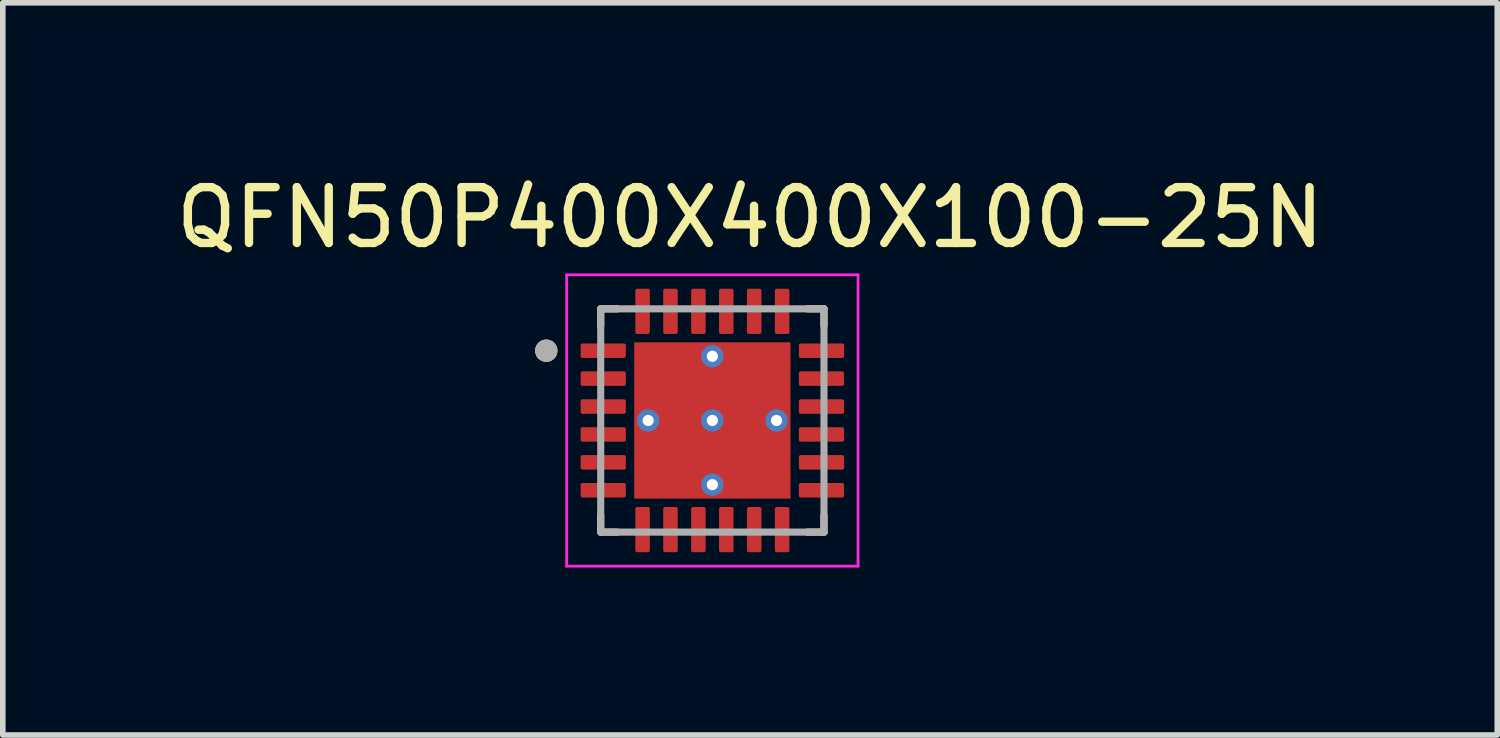
<source format=kicad_pcb>
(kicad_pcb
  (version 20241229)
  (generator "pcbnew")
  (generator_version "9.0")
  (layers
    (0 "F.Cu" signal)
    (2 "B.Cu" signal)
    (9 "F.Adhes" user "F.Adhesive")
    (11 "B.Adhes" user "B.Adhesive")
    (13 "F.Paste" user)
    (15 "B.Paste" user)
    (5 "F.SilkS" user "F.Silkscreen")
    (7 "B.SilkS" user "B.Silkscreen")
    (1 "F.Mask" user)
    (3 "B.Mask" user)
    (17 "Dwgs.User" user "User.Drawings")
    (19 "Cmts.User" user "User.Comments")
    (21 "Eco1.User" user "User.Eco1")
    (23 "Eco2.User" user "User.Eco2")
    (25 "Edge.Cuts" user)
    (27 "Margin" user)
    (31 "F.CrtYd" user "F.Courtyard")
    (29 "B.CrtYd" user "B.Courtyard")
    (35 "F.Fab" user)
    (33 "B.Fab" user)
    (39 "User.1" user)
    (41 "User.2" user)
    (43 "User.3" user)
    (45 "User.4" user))
  (footprint "QFN50P400X400X100-25N"
    (layer "F.Cu")
    (at 9.712 4.483)
    (property "Reference" "QFN50P400X400X100-25N" (at 0.675 -3.635 0) (layer "F.SilkS") (effects (font (size 1 1) (thickness 0.15))))
    (attr smd)
    (fp_line (start -2 -2) (end -2 -1.7) (stroke (width 0.127) (type solid)) (layer "F.SilkS"))
    (fp_line (start -2 -2) (end -1.7 -2) (stroke (width 0.127) (type solid)) (layer "F.SilkS"))
    (fp_line (start -2 2) (end -2 1.7) (stroke (width 0.127) (type solid)) (layer "F.SilkS"))
    (fp_line (start -2 2) (end -1.7 2) (stroke (width 0.127) (type solid)) (layer "F.SilkS"))
    (fp_line (start 2 -2) (end 1.7 -2) (stroke (width 0.127) (type solid)) (layer "F.SilkS"))
    (fp_line (start 2 -2) (end 2 -1.7) (stroke (width 0.127) (type solid)) (layer "F.SilkS"))
    (fp_line (start 2 2) (end 1.7 2) (stroke (width 0.127) (type solid)) (layer "F.SilkS"))
    (fp_line (start 2 2) (end 2 1.7) (stroke (width 0.127) (type solid)) (layer "F.SilkS"))
    (fp_circle (center -2.975 -1.25) (end -2.875 -1.25) (stroke (width 0.2) (type solid)) (fill no) (layer "F.SilkS"))
    (fp_poly (pts (xy -1.33 -1.33) (xy -0.1 -1.33) (xy -0.1 -0.1) (xy -1.33 -0.1)) (stroke (width 0.01) (type solid)) (fill yes) (layer "F.Paste"))
    (fp_poly (pts (xy -1.33 0.1) (xy -0.1 0.1) (xy -0.1 1.33) (xy -1.33 1.33)) (stroke (width 0.01) (type solid)) (fill yes) (layer "F.Paste"))
    (fp_poly (pts (xy 0.1 -1.33) (xy 1.33 -1.33) (xy 1.33 -0.1) (xy 0.1 -0.1)) (stroke (width 0.01) (type solid)) (fill yes) (layer "F.Paste"))
    (fp_poly (pts (xy 0.1 0.1) (xy 1.33 0.1) (xy 1.33 1.33) (xy 0.1 1.33)) (stroke (width 0.01) (type solid)) (fill yes) (layer "F.Paste"))
    (fp_line (start -2.61 -2.61) (end 2.61 -2.61) (stroke (width 0.05) (type solid)) (layer "F.CrtYd"))
    (fp_line (start -2.61 2.61) (end -2.61 -2.61) (stroke (width 0.05) (type solid)) (layer "F.CrtYd"))
    (fp_line (start -2.61 2.61) (end 2.61 2.61) (stroke (width 0.05) (type solid)) (layer "F.CrtYd"))
    (fp_line (start 2.61 2.61) (end 2.61 -2.61) (stroke (width 0.05) (type solid)) (layer "F.CrtYd"))
    (fp_line (start -2 2) (end -2 -2) (stroke (width 0.127) (type solid)) (layer "F.Fab"))
    (fp_line (start 2 -2) (end -2 -2) (stroke (width 0.127) (type solid)) (layer "F.Fab"))
    (fp_line (start 2 2) (end -2 2) (stroke (width 0.127) (type solid)) (layer "F.Fab"))
    (fp_line (start 2 2) (end 2 -2) (stroke (width 0.127) (type solid)) (layer "F.Fab"))
    (fp_circle (center -2.975 -1.25) (end -2.875 -1.25) (stroke (width 0.2) (type solid)) (fill no) (layer "F.Fab"))
    (pad "1" smd roundrect (at -1.955 -1.25) (size 0.81 0.26) (layers "F.Cu" "F.Mask" "F.Paste") (roundrect_rratio 0.125))
    (pad "2" smd roundrect (at -1.955 -0.75) (size 0.81 0.26) (layers "F.Cu" "F.Mask" "F.Paste") (roundrect_rratio 0.125))
    (pad "3" smd roundrect (at -1.955 -0.25) (size 0.81 0.26) (layers "F.Cu" "F.Mask" "F.Paste") (roundrect_rratio 0.125))
    (pad "4" smd roundrect (at -1.955 0.25) (size 0.81 0.26) (layers "F.Cu" "F.Mask" "F.Paste") (roundrect_rratio 0.125))
    (pad "5" smd roundrect (at -1.955 0.75) (size 0.81 0.26) (layers "F.Cu" "F.Mask" "F.Paste") (roundrect_rratio 0.125))
    (pad "6" smd roundrect (at -1.955 1.25) (size 0.81 0.26) (layers "F.Cu" "F.Mask" "F.Paste") (roundrect_rratio 0.125))
    (pad "7" smd roundrect (at -1.25 1.955) (size 0.26 0.81) (layers "F.Cu" "F.Mask" "F.Paste") (roundrect_rratio 0.125))
    (pad "8" smd roundrect (at -0.75 1.955) (size 0.26 0.81) (layers "F.Cu" "F.Mask" "F.Paste") (roundrect_rratio 0.125))
    (pad "9" smd roundrect (at -0.25 1.955) (size 0.26 0.81) (layers "F.Cu" "F.Mask" "F.Paste") (roundrect_rratio 0.125))
    (pad "10" smd roundrect (at 0.25 1.955) (size 0.26 0.81) (layers "F.Cu" "F.Mask" "F.Paste") (roundrect_rratio 0.125))
    (pad "11" smd roundrect (at 0.75 1.955) (size 0.26 0.81) (layers "F.Cu" "F.Mask" "F.Paste") (roundrect_rratio 0.125))
    (pad "12" smd roundrect (at 1.25 1.955) (size 0.26 0.81) (layers "F.Cu" "F.Mask" "F.Paste") (roundrect_rratio 0.125))
    (pad "13" smd roundrect (at 1.955 1.25) (size 0.81 0.26) (layers "F.Cu" "F.Mask" "F.Paste") (roundrect_rratio 0.125))
    (pad "14" smd roundrect (at 1.955 0.75) (size 0.81 0.26) (layers "F.Cu" "F.Mask" "F.Paste") (roundrect_rratio 0.125))
    (pad "15" smd roundrect (at 1.955 0.25) (size 0.81 0.26) (layers "F.Cu" "F.Mask" "F.Paste") (roundrect_rratio 0.125))
    (pad "16" smd roundrect (at 1.955 -0.25) (size 0.81 0.26) (layers "F.Cu" "F.Mask" "F.Paste") (roundrect_rratio 0.125))
    (pad "17" smd roundrect (at 1.955 -0.75) (size 0.81 0.26) (layers "F.Cu" "F.Mask" "F.Paste") (roundrect_rratio 0.125))
    (pad "18" smd roundrect (at 1.955 -1.25) (size 0.81 0.26) (layers "F.Cu" "F.Mask" "F.Paste") (roundrect_rratio 0.125))
    (pad "19" smd roundrect (at 1.25 -1.955) (size 0.26 0.81) (layers "F.Cu" "F.Mask" "F.Paste") (roundrect_rratio 0.125))
    (pad "20" smd roundrect (at 0.75 -1.955) (size 0.26 0.81) (layers "F.Cu" "F.Mask" "F.Paste") (roundrect_rratio 0.125))
    (pad "21" smd roundrect (at 0.25 -1.955) (size 0.26 0.81) (layers "F.Cu" "F.Mask" "F.Paste") (roundrect_rratio 0.125))
    (pad "22" smd roundrect (at -0.25 -1.955) (size 0.26 0.81) (layers "F.Cu" "F.Mask" "F.Paste") (roundrect_rratio 0.125))
    (pad "23" smd roundrect (at -0.75 -1.955) (size 0.26 0.81) (layers "F.Cu" "F.Mask" "F.Paste") (roundrect_rratio 0.125))
    (pad "24" smd roundrect (at -1.25 -1.955) (size 0.26 0.81) (layers "F.Cu" "F.Mask" "F.Paste") (roundrect_rratio 0.125))
    (pad "25" smd rect (at 0 0) (size 2.8 2.8) (layers "F.Cu" "F.Mask"))
    (pad "26" thru_hole circle (at 0 -1.15) (size 0.4 0.4) (drill 0.2) (layers "*.Cu"))
    (pad "27" thru_hole circle (at -1.15 0) (size 0.4 0.4) (drill 0.2) (layers "*.Cu"))
    (pad "28" thru_hole circle (at 0 0) (size 0.4 0.4) (drill 0.2) (layers "*.Cu"))
    (pad "29" thru_hole circle (at 1.15 0) (size 0.4 0.4) (drill 0.2) (layers "*.Cu"))
    (pad "30" thru_hole circle (at 0 1.15) (size 0.4 0.4) (drill 0.2) (layers "*.Cu")))
  (gr_rect
    (start -3 -3)
    (end 23.774 10.118)
    (stroke (width 0.1) (type default))
    (fill no)
    (layer "Edge.Cuts")))
</source>
